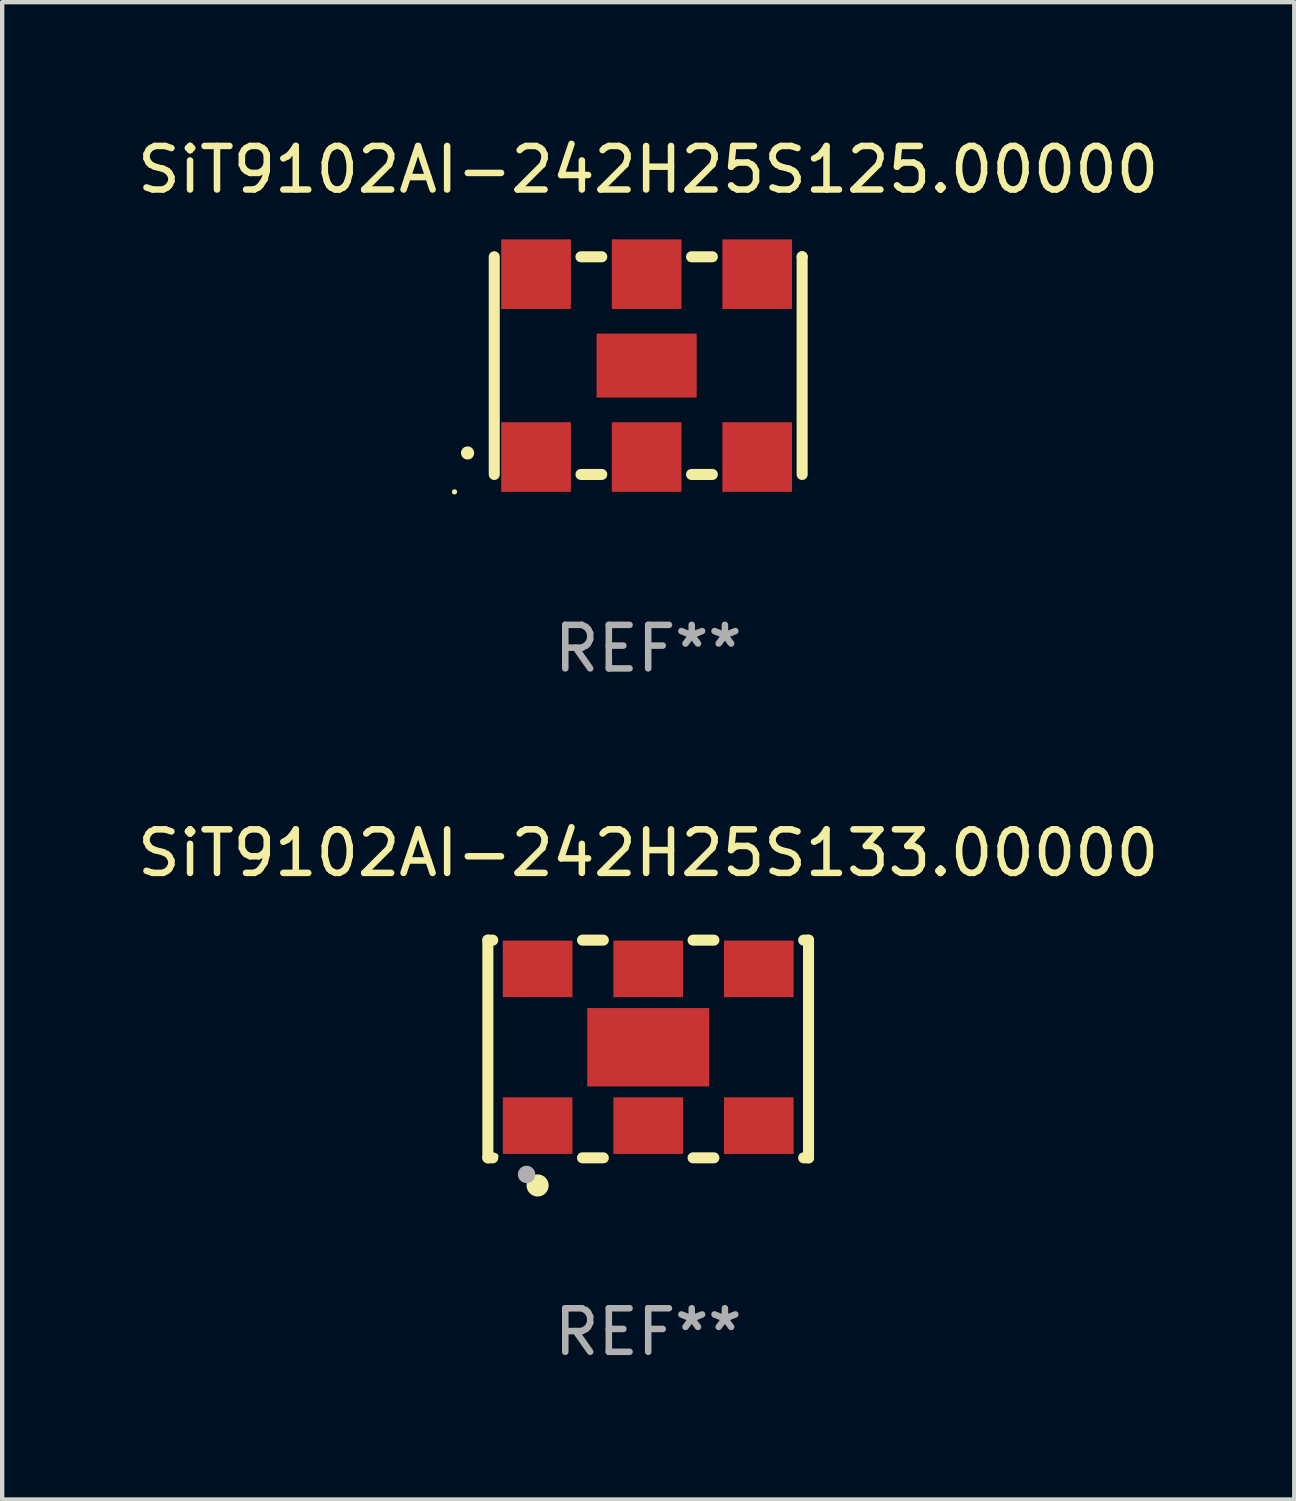
<source format=kicad_pcb>
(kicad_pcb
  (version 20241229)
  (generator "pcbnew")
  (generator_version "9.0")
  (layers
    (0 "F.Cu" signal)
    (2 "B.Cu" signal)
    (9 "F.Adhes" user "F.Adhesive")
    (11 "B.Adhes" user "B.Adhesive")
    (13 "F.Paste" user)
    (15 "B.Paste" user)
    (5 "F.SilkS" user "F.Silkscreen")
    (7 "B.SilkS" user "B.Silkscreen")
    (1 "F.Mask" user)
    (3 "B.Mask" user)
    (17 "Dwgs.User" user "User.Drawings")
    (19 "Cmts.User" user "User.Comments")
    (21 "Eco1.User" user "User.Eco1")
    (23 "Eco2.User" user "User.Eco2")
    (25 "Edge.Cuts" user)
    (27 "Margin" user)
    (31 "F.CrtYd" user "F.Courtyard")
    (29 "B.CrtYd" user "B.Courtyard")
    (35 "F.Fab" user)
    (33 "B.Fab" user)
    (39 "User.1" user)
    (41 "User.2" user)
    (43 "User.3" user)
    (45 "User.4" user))
  (footprint "SiT9102AI-242H25S125.00000"
    (layer "F.Cu")
    (at 11.839 5.348)
    (property "Reference" "SiT9102AI-242H25S125.00000" (at 0 -4.5 0) (layer "F.SilkS") (effects (font (size 1 1) (thickness 0.15))))
    (attr through_hole)
    (fp_line (start -3.536 -2.5) (end -3.536 2.5) (stroke (width 0.254) (type solid)) (layer "F.SilkS"))
    (fp_line (start -1.544 2.5) (end -1.067 2.5) (stroke (width 0.254) (type solid)) (layer "F.SilkS"))
    (fp_line (start -1.067 -2.5) (end -1.544 -2.5) (stroke (width 0.254) (type solid)) (layer "F.SilkS"))
    (fp_line (start 0.996 2.5) (end 1.473 2.5) (stroke (width 0.254) (type solid)) (layer "F.SilkS"))
    (fp_line (start 1.473 -2.5) (end 0.996 -2.5) (stroke (width 0.254) (type solid)) (layer "F.SilkS"))
    (fp_line (start 3.536 -2.5) (end 3.536 -2.5) (stroke (width 0.254) (type solid)) (layer "F.SilkS"))
    (fp_line (start 3.536 2.5) (end 3.536 -2.5) (stroke (width 0.254) (type solid)) (layer "F.SilkS"))
    (fp_arc (start -4.150432 2.006604) (mid -4.149162 2.006599) (end -4.147892 2.006604) (stroke (width 0.3) (type solid)) (layer "F.SilkS"))
    (fp_circle (center -4.449 2.9) (end -4.419 2.9) (stroke (width 0.06) (type solid)) (fill no) (layer "F.SilkS"))
    (fp_text user "REF**" (at 0 6.5 0) (layer "F.Fab") (effects (font (size 1 1) (thickness 0.15))))
    (pad "1" smd rect (at -2.576 2.1) (size 1.6 1.6) (layers "F.Cu" "F.Mask" "F.Paste"))
    (pad "2" smd rect (at -0.036 2.1) (size 1.6 1.6) (layers "F.Cu" "F.Mask" "F.Paste"))
    (pad "3" smd rect (at 2.504 2.1) (size 1.6 1.6) (layers "F.Cu" "F.Mask" "F.Paste"))
    (pad "4" smd rect (at 2.504 -2.1) (size 1.6 1.6) (layers "F.Cu" "F.Mask" "F.Paste"))
    (pad "5" smd rect (at -0.036 -2.1) (size 1.6 1.6) (layers "F.Cu" "F.Mask" "F.Paste"))
    (pad "6" smd rect (at -2.576 -2.1) (size 1.6 1.6) (layers "F.Cu" "F.Mask" "F.Paste"))
    (pad "7" smd rect (at -0.036 0) (size 2.3 1.47) (layers "F.Cu" "F.Mask" "F.Paste")))
  (footprint "SiT9102AI-242H25S133.00000"
    (layer "F.Cu")
    (at 11.839 21.045)
    (property "Reference" "SiT9102AI-242H25S133.00000" (at 0 -4.5 0) (layer "F.SilkS") (effects (font (size 1 1) (thickness 0.15))))
    (attr through_hole)
    (fp_line (start -3.683 -2.5) (end -3.571 -2.5) (stroke (width 0.254) (type solid)) (layer "F.SilkS"))
    (fp_line (start -3.683 2.5) (end -3.683 -2.5) (stroke (width 0.254) (type solid)) (layer "F.SilkS"))
    (fp_line (start -3.683 2.5) (end -3.571 2.5) (stroke (width 0.254) (type solid)) (layer "F.SilkS"))
    (fp_line (start -1.509 -2.5) (end -1.031 -2.5) (stroke (width 0.254) (type solid)) (layer "F.SilkS"))
    (fp_line (start -1.509 2.5) (end -1.031 2.5) (stroke (width 0.254) (type solid)) (layer "F.SilkS"))
    (fp_line (start 1.031 -2.5) (end 1.509 -2.5) (stroke (width 0.254) (type solid)) (layer "F.SilkS"))
    (fp_line (start 1.031 2.5) (end 1.509 2.5) (stroke (width 0.254) (type solid)) (layer "F.SilkS"))
    (fp_line (start 3.571 -2.5) (end 3.683 -2.5) (stroke (width 0.254) (type solid)) (layer "F.SilkS"))
    (fp_line (start 3.571 2.5) (end 3.683 2.5) (stroke (width 0.254) (type solid)) (layer "F.SilkS"))
    (fp_line (start 3.683 2.5) (end 3.683 -2.5) (stroke (width 0.254) (type solid)) (layer "F.SilkS"))
    (fp_circle (center -3.5 2.46) (end -3.47 2.46) (stroke (width 0.06) (type solid)) (fill no) (layer "F.SilkS"))
    (fp_circle (center -2.54 3.135) (end -2.413 3.135) (stroke (width 0.254) (type solid)) (fill no) (layer "F.SilkS"))
    (fp_circle (center -2.794 2.881) (end -2.694 2.881) (stroke (width 0.2) (type solid)) (fill no) (layer "F.Fab"))
    (fp_text user "REF**" (at 0 6.5 0) (layer "F.Fab") (effects (font (size 1 1) (thickness 0.15))))
    (pad "1" smd rect (at -2.54 1.76) (size 1.6 1.3) (layers "F.Cu" "F.Mask" "F.Paste"))
    (pad "2" smd rect (at 0 1.76) (size 1.6 1.3) (layers "F.Cu" "F.Mask" "F.Paste"))
    (pad "3" smd rect (at 2.54 1.76) (size 1.6 1.3) (layers "F.Cu" "F.Mask" "F.Paste"))
    (pad "4" smd rect (at 2.54 -1.84) (size 1.6 1.3) (layers "F.Cu" "F.Mask" "F.Paste"))
    (pad "5" smd rect (at 0 -1.84) (size 1.6 1.3) (layers "F.Cu" "F.Mask" "F.Paste"))
    (pad "6" smd rect (at -2.54 -1.84) (size 1.6 1.3) (layers "F.Cu" "F.Mask" "F.Paste"))
    (pad "7" smd rect (at 0 -0.04) (size 2.8 1.8) (layers "F.Cu" "F.Mask" "F.Paste")))
  (gr_rect
    (start -3 -3)
    (end 26.679 31.393)
    (stroke (width 0.1) (type default))
    (fill no)
    (layer "Edge.Cuts")))
</source>
